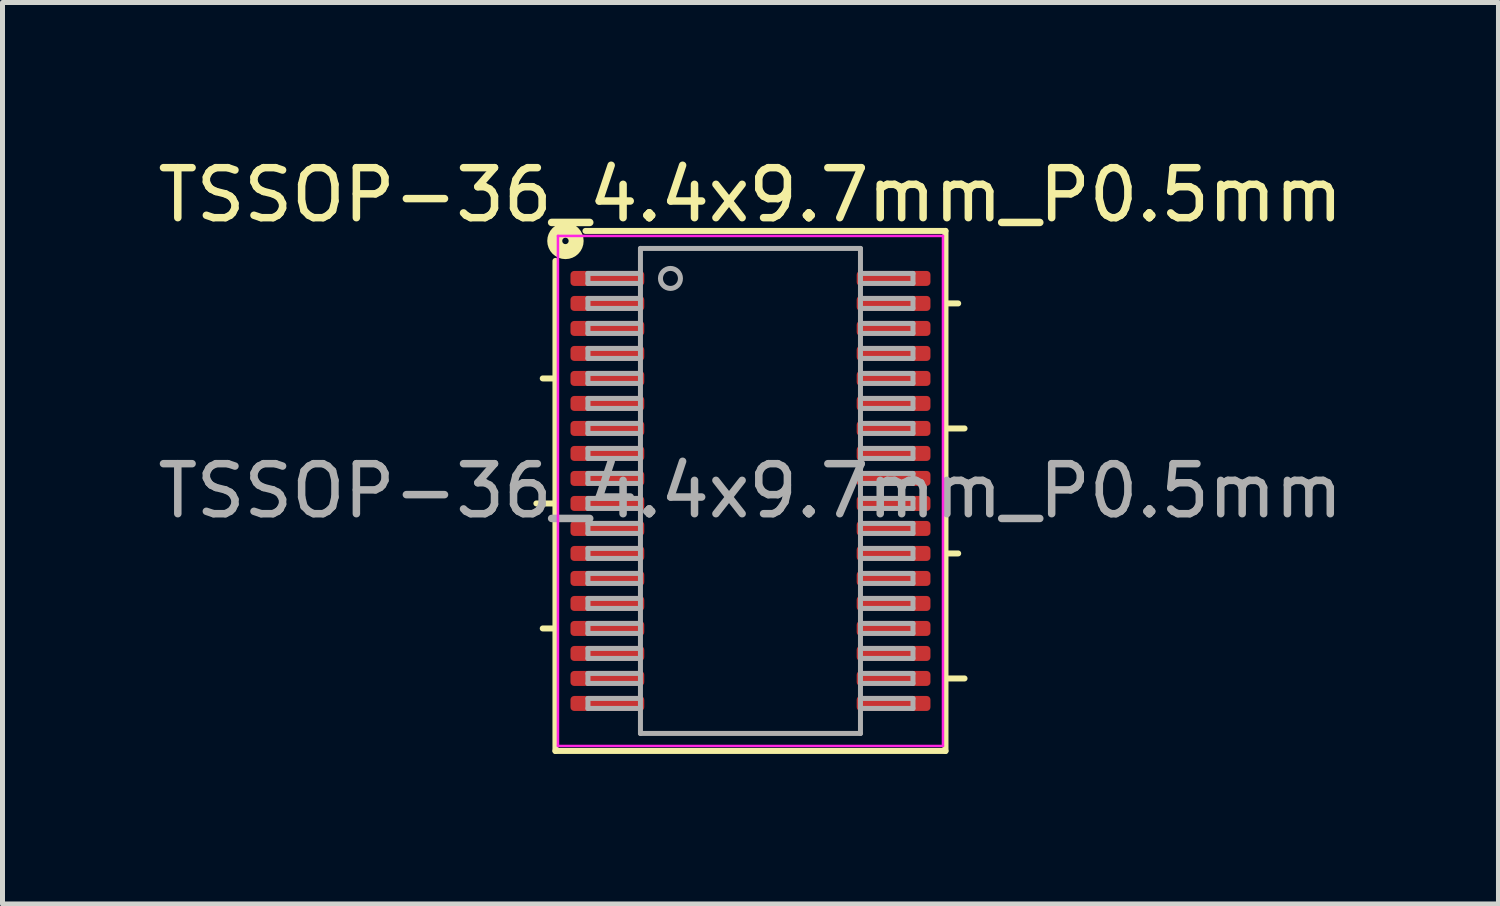
<source format=kicad_pcb>
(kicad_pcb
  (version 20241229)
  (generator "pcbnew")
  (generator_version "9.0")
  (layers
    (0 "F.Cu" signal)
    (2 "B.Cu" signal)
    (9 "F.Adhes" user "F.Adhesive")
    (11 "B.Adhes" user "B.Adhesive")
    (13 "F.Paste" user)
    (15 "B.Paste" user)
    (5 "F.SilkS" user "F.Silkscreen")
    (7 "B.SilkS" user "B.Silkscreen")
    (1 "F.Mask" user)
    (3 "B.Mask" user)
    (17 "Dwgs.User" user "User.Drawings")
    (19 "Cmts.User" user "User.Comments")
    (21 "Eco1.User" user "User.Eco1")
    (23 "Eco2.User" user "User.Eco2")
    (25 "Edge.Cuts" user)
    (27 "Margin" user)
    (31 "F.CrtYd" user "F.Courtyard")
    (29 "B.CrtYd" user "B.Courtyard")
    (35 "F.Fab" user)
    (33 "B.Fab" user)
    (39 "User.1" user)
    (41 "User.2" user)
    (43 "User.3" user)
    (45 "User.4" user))
  (footprint "TSSOP-36_4.4x9.7mm_P0.5mm"
    (layer "F.Cu")
    (at 11.958 6.768)
    (property "Reference" "TSSOP-36_4.4x9.7mm_P0.5mm" (at 0 -5.92 0) (layer "F.SilkS") (effects (font (size 1 1) (thickness 0.15))))
    (attr smd)
    (fp_line (start -4.154 2.75) (end -3.9 2.75) (stroke (width 0.12) (type solid)) (layer "F.SilkS"))
    (fp_line (start -3.9 -4.6) (end -3.9 5.2) (stroke (width 0.12) (type solid)) (layer "F.SilkS"))
    (fp_line (start -3.9 -2.25) (end -4.154 -2.25) (stroke (width 0.12) (type solid)) (layer "F.SilkS"))
    (fp_line (start -3.9 0.25) (end -4.281 0.25) (stroke (width 0.12) (type solid)) (layer "F.SilkS"))
    (fp_line (start -3.9 5.2) (end 3.9 5.2) (stroke (width 0.12) (type solid)) (layer "F.SilkS"))
    (fp_line (start 3.9 -5.2) (end -3.3 -5.2) (stroke (width 0.12) (type solid)) (layer "F.SilkS"))
    (fp_line (start 3.9 5.2) (end 3.9 -5.2) (stroke (width 0.12) (type solid)) (layer "F.SilkS"))
    (fp_line (start 4.154 -3.75) (end 3.9 -3.75) (stroke (width 0.12) (type solid)) (layer "F.SilkS"))
    (fp_line (start 4.154 1.25) (end 3.9 1.25) (stroke (width 0.12) (type solid)) (layer "F.SilkS"))
    (fp_line (start 4.281 -1.25) (end 3.9 -1.25) (stroke (width 0.12) (type solid)) (layer "F.SilkS"))
    (fp_line (start 4.281 3.75) (end 3.9 3.75) (stroke (width 0.12) (type solid)) (layer "F.SilkS"))
    (fp_circle (center -3.7 -5) (end -3.636 -5) (stroke (width 0.3) (type solid)) (fill no) (layer "F.SilkS"))
    (fp_line (start -3.85 -5.1) (end -3.85 5.1) (stroke (width 0.05) (type solid)) (layer "F.CrtYd"))
    (fp_line (start -3.85 5.1) (end 3.85 5.1) (stroke (width 0.05) (type solid)) (layer "F.CrtYd"))
    (fp_line (start 3.85 -5.1) (end -3.85 -5.1) (stroke (width 0.05) (type solid)) (layer "F.CrtYd"))
    (fp_line (start 3.85 5.1) (end 3.85 -5.1) (stroke (width 0.05) (type solid)) (layer "F.CrtYd"))
    (fp_line (start -3.25 -4.35) (end -3.25 -4.15) (stroke (width 0.1) (type solid)) (layer "F.Fab"))
    (fp_line (start -3.25 -4.35) (end -2.2 -4.35) (stroke (width 0.1) (type solid)) (layer "F.Fab"))
    (fp_line (start -3.25 -4.15) (end -2.2 -4.15) (stroke (width 0.1) (type solid)) (layer "F.Fab"))
    (fp_line (start -3.25 -3.85) (end -3.25 -3.65) (stroke (width 0.1) (type solid)) (layer "F.Fab"))
    (fp_line (start -3.25 -3.85) (end -2.2 -3.85) (stroke (width 0.1) (type solid)) (layer "F.Fab"))
    (fp_line (start -3.25 -3.65) (end -2.2 -3.65) (stroke (width 0.1) (type solid)) (layer "F.Fab"))
    (fp_line (start -3.25 -3.35) (end -3.25 -3.15) (stroke (width 0.1) (type solid)) (layer "F.Fab"))
    (fp_line (start -3.25 -3.35) (end -2.2 -3.35) (stroke (width 0.1) (type solid)) (layer "F.Fab"))
    (fp_line (start -3.25 -3.15) (end -2.2 -3.15) (stroke (width 0.1) (type solid)) (layer "F.Fab"))
    (fp_line (start -3.25 -2.85) (end -3.25 -2.65) (stroke (width 0.1) (type solid)) (layer "F.Fab"))
    (fp_line (start -3.25 -2.85) (end -2.2 -2.85) (stroke (width 0.1) (type solid)) (layer "F.Fab"))
    (fp_line (start -3.25 -2.65) (end -2.2 -2.65) (stroke (width 0.1) (type solid)) (layer "F.Fab"))
    (fp_line (start -3.25 -2.35) (end -3.25 -2.15) (stroke (width 0.1) (type solid)) (layer "F.Fab"))
    (fp_line (start -3.25 -2.35) (end -2.2 -2.35) (stroke (width 0.1) (type solid)) (layer "F.Fab"))
    (fp_line (start -3.25 -2.15) (end -2.2 -2.15) (stroke (width 0.1) (type solid)) (layer "F.Fab"))
    (fp_line (start -3.25 -1.85) (end -3.25 -1.65) (stroke (width 0.1) (type solid)) (layer "F.Fab"))
    (fp_line (start -3.25 -1.85) (end -2.2 -1.85) (stroke (width 0.1) (type solid)) (layer "F.Fab"))
    (fp_line (start -3.25 -1.65) (end -2.2 -1.65) (stroke (width 0.1) (type solid)) (layer "F.Fab"))
    (fp_line (start -3.25 -1.35) (end -3.25 -1.15) (stroke (width 0.1) (type solid)) (layer "F.Fab"))
    (fp_line (start -3.25 -1.35) (end -2.2 -1.35) (stroke (width 0.1) (type solid)) (layer "F.Fab"))
    (fp_line (start -3.25 -1.15) (end -2.2 -1.15) (stroke (width 0.1) (type solid)) (layer "F.Fab"))
    (fp_line (start -3.25 -0.85) (end -3.25 -0.65) (stroke (width 0.1) (type solid)) (layer "F.Fab"))
    (fp_line (start -3.25 -0.85) (end -2.2 -0.85) (stroke (width 0.1) (type solid)) (layer "F.Fab"))
    (fp_line (start -3.25 -0.65) (end -2.2 -0.65) (stroke (width 0.1) (type solid)) (layer "F.Fab"))
    (fp_line (start -3.25 -0.35) (end -3.25 -0.15) (stroke (width 0.1) (type solid)) (layer "F.Fab"))
    (fp_line (start -3.25 -0.35) (end -2.2 -0.35) (stroke (width 0.1) (type solid)) (layer "F.Fab"))
    (fp_line (start -3.25 -0.15) (end -2.2 -0.15) (stroke (width 0.1) (type solid)) (layer "F.Fab"))
    (fp_line (start -3.25 0.15) (end -3.25 0.35) (stroke (width 0.1) (type solid)) (layer "F.Fab"))
    (fp_line (start -3.25 0.15) (end -2.2 0.15) (stroke (width 0.1) (type solid)) (layer "F.Fab"))
    (fp_line (start -3.25 0.35) (end -2.2 0.35) (stroke (width 0.1) (type solid)) (layer "F.Fab"))
    (fp_line (start -3.25 0.65) (end -3.25 0.85) (stroke (width 0.1) (type solid)) (layer "F.Fab"))
    (fp_line (start -3.25 0.65) (end -2.2 0.65) (stroke (width 0.1) (type solid)) (layer "F.Fab"))
    (fp_line (start -3.25 0.85) (end -2.2 0.85) (stroke (width 0.1) (type solid)) (layer "F.Fab"))
    (fp_line (start -3.25 1.15) (end -3.25 1.35) (stroke (width 0.1) (type solid)) (layer "F.Fab"))
    (fp_line (start -3.25 1.15) (end -2.2 1.15) (stroke (width 0.1) (type solid)) (layer "F.Fab"))
    (fp_line (start -3.25 1.35) (end -2.2 1.35) (stroke (width 0.1) (type solid)) (layer "F.Fab"))
    (fp_line (start -3.25 1.65) (end -3.25 1.85) (stroke (width 0.1) (type solid)) (layer "F.Fab"))
    (fp_line (start -3.25 1.65) (end -2.2 1.65) (stroke (width 0.1) (type solid)) (layer "F.Fab"))
    (fp_line (start -3.25 1.85) (end -2.2 1.85) (stroke (width 0.1) (type solid)) (layer "F.Fab"))
    (fp_line (start -3.25 2.15) (end -3.25 2.35) (stroke (width 0.1) (type solid)) (layer "F.Fab"))
    (fp_line (start -3.25 2.15) (end -2.2 2.15) (stroke (width 0.1) (type solid)) (layer "F.Fab"))
    (fp_line (start -3.25 2.35) (end -2.2 2.35) (stroke (width 0.1) (type solid)) (layer "F.Fab"))
    (fp_line (start -3.25 2.65) (end -3.25 2.85) (stroke (width 0.1) (type solid)) (layer "F.Fab"))
    (fp_line (start -3.25 2.65) (end -2.2 2.65) (stroke (width 0.1) (type solid)) (layer "F.Fab"))
    (fp_line (start -3.25 2.85) (end -2.2 2.85) (stroke (width 0.1) (type solid)) (layer "F.Fab"))
    (fp_line (start -3.25 3.15) (end -3.25 3.35) (stroke (width 0.1) (type solid)) (layer "F.Fab"))
    (fp_line (start -3.25 3.15) (end -2.2 3.15) (stroke (width 0.1) (type solid)) (layer "F.Fab"))
    (fp_line (start -3.25 3.35) (end -2.2 3.35) (stroke (width 0.1) (type solid)) (layer "F.Fab"))
    (fp_line (start -3.25 3.65) (end -3.25 3.85) (stroke (width 0.1) (type solid)) (layer "F.Fab"))
    (fp_line (start -3.25 3.65) (end -2.2 3.65) (stroke (width 0.1) (type solid)) (layer "F.Fab"))
    (fp_line (start -3.25 3.85) (end -2.2 3.85) (stroke (width 0.1) (type solid)) (layer "F.Fab"))
    (fp_line (start -3.25 4.15) (end -3.25 4.35) (stroke (width 0.1) (type solid)) (layer "F.Fab"))
    (fp_line (start -3.25 4.15) (end -2.2 4.15) (stroke (width 0.1) (type solid)) (layer "F.Fab"))
    (fp_line (start -3.25 4.35) (end -2.2 4.35) (stroke (width 0.1) (type solid)) (layer "F.Fab"))
    (fp_line (start -2.2 -4.85) (end 2.2 -4.85) (stroke (width 0.1) (type solid)) (layer "F.Fab"))
    (fp_line (start -2.2 4.85) (end -2.2 -4.85) (stroke (width 0.1) (type solid)) (layer "F.Fab"))
    (fp_line (start 2.2 -4.85) (end 2.2 4.85) (stroke (width 0.1) (type solid)) (layer "F.Fab"))
    (fp_line (start 2.2 4.85) (end -2.2 4.85) (stroke (width 0.1) (type solid)) (layer "F.Fab"))
    (fp_line (start 3.25 -4.35) (end 2.2 -4.35) (stroke (width 0.1) (type solid)) (layer "F.Fab"))
    (fp_line (start 3.25 -4.15) (end 2.2 -4.15) (stroke (width 0.1) (type solid)) (layer "F.Fab"))
    (fp_line (start 3.25 -4.15) (end 3.25 -4.35) (stroke (width 0.1) (type solid)) (layer "F.Fab"))
    (fp_line (start 3.25 -3.85) (end 2.2 -3.85) (stroke (width 0.1) (type solid)) (layer "F.Fab"))
    (fp_line (start 3.25 -3.65) (end 2.2 -3.65) (stroke (width 0.1) (type solid)) (layer "F.Fab"))
    (fp_line (start 3.25 -3.65) (end 3.25 -3.85) (stroke (width 0.1) (type solid)) (layer "F.Fab"))
    (fp_line (start 3.25 -3.35) (end 2.2 -3.35) (stroke (width 0.1) (type solid)) (layer "F.Fab"))
    (fp_line (start 3.25 -3.15) (end 2.2 -3.15) (stroke (width 0.1) (type solid)) (layer "F.Fab"))
    (fp_line (start 3.25 -3.15) (end 3.25 -3.35) (stroke (width 0.1) (type solid)) (layer "F.Fab"))
    (fp_line (start 3.25 -2.85) (end 2.2 -2.85) (stroke (width 0.1) (type solid)) (layer "F.Fab"))
    (fp_line (start 3.25 -2.65) (end 2.2 -2.65) (stroke (width 0.1) (type solid)) (layer "F.Fab"))
    (fp_line (start 3.25 -2.65) (end 3.25 -2.85) (stroke (width 0.1) (type solid)) (layer "F.Fab"))
    (fp_line (start 3.25 -2.35) (end 2.2 -2.35) (stroke (width 0.1) (type solid)) (layer "F.Fab"))
    (fp_line (start 3.25 -2.15) (end 2.2 -2.15) (stroke (width 0.1) (type solid)) (layer "F.Fab"))
    (fp_line (start 3.25 -2.15) (end 3.25 -2.35) (stroke (width 0.1) (type solid)) (layer "F.Fab"))
    (fp_line (start 3.25 -1.85) (end 2.2 -1.85) (stroke (width 0.1) (type solid)) (layer "F.Fab"))
    (fp_line (start 3.25 -1.65) (end 2.2 -1.65) (stroke (width 0.1) (type solid)) (layer "F.Fab"))
    (fp_line (start 3.25 -1.65) (end 3.25 -1.85) (stroke (width 0.1) (type solid)) (layer "F.Fab"))
    (fp_line (start 3.25 -1.35) (end 2.2 -1.35) (stroke (width 0.1) (type solid)) (layer "F.Fab"))
    (fp_line (start 3.25 -1.15) (end 2.2 -1.15) (stroke (width 0.1) (type solid)) (layer "F.Fab"))
    (fp_line (start 3.25 -1.15) (end 3.25 -1.35) (stroke (width 0.1) (type solid)) (layer "F.Fab"))
    (fp_line (start 3.25 -0.85) (end 2.2 -0.85) (stroke (width 0.1) (type solid)) (layer "F.Fab"))
    (fp_line (start 3.25 -0.65) (end 2.2 -0.65) (stroke (width 0.1) (type solid)) (layer "F.Fab"))
    (fp_line (start 3.25 -0.65) (end 3.25 -0.85) (stroke (width 0.1) (type solid)) (layer "F.Fab"))
    (fp_line (start 3.25 -0.35) (end 2.2 -0.35) (stroke (width 0.1) (type solid)) (layer "F.Fab"))
    (fp_line (start 3.25 -0.15) (end 2.2 -0.15) (stroke (width 0.1) (type solid)) (layer "F.Fab"))
    (fp_line (start 3.25 -0.15) (end 3.25 -0.35) (stroke (width 0.1) (type solid)) (layer "F.Fab"))
    (fp_line (start 3.25 0.15) (end 2.2 0.15) (stroke (width 0.1) (type solid)) (layer "F.Fab"))
    (fp_line (start 3.25 0.35) (end 2.2 0.35) (stroke (width 0.1) (type solid)) (layer "F.Fab"))
    (fp_line (start 3.25 0.35) (end 3.25 0.15) (stroke (width 0.1) (type solid)) (layer "F.Fab"))
    (fp_line (start 3.25 0.65) (end 2.2 0.65) (stroke (width 0.1) (type solid)) (layer "F.Fab"))
    (fp_line (start 3.25 0.85) (end 2.2 0.85) (stroke (width 0.1) (type solid)) (layer "F.Fab"))
    (fp_line (start 3.25 0.85) (end 3.25 0.65) (stroke (width 0.1) (type solid)) (layer "F.Fab"))
    (fp_line (start 3.25 1.15) (end 2.2 1.15) (stroke (width 0.1) (type solid)) (layer "F.Fab"))
    (fp_line (start 3.25 1.35) (end 2.2 1.35) (stroke (width 0.1) (type solid)) (layer "F.Fab"))
    (fp_line (start 3.25 1.35) (end 3.25 1.15) (stroke (width 0.1) (type solid)) (layer "F.Fab"))
    (fp_line (start 3.25 1.65) (end 2.2 1.65) (stroke (width 0.1) (type solid)) (layer "F.Fab"))
    (fp_line (start 3.25 1.85) (end 2.2 1.85) (stroke (width 0.1) (type solid)) (layer "F.Fab"))
    (fp_line (start 3.25 1.85) (end 3.25 1.65) (stroke (width 0.1) (type solid)) (layer "F.Fab"))
    (fp_line (start 3.25 2.15) (end 2.2 2.15) (stroke (width 0.1) (type solid)) (layer "F.Fab"))
    (fp_line (start 3.25 2.35) (end 2.2 2.35) (stroke (width 0.1) (type solid)) (layer "F.Fab"))
    (fp_line (start 3.25 2.35) (end 3.25 2.15) (stroke (width 0.1) (type solid)) (layer "F.Fab"))
    (fp_line (start 3.25 2.65) (end 2.2 2.65) (stroke (width 0.1) (type solid)) (layer "F.Fab"))
    (fp_line (start 3.25 2.85) (end 2.2 2.85) (stroke (width 0.1) (type solid)) (layer "F.Fab"))
    (fp_line (start 3.25 2.85) (end 3.25 2.65) (stroke (width 0.1) (type solid)) (layer "F.Fab"))
    (fp_line (start 3.25 3.15) (end 2.2 3.15) (stroke (width 0.1) (type solid)) (layer "F.Fab"))
    (fp_line (start 3.25 3.35) (end 2.2 3.35) (stroke (width 0.1) (type solid)) (layer "F.Fab"))
    (fp_line (start 3.25 3.35) (end 3.25 3.15) (stroke (width 0.1) (type solid)) (layer "F.Fab"))
    (fp_line (start 3.25 3.65) (end 2.2 3.65) (stroke (width 0.1) (type solid)) (layer "F.Fab"))
    (fp_line (start 3.25 3.85) (end 2.2 3.85) (stroke (width 0.1) (type solid)) (layer "F.Fab"))
    (fp_line (start 3.25 3.85) (end 3.25 3.65) (stroke (width 0.1) (type solid)) (layer "F.Fab"))
    (fp_line (start 3.25 4.15) (end 2.2 4.15) (stroke (width 0.1) (type solid)) (layer "F.Fab"))
    (fp_line (start 3.25 4.35) (end 2.2 4.35) (stroke (width 0.1) (type solid)) (layer "F.Fab"))
    (fp_line (start 3.25 4.35) (end 3.25 4.15) (stroke (width 0.1) (type solid)) (layer "F.Fab"))
    (fp_circle (center -1.6 -4.25) (end -1.4 -4.25) (stroke (width 0.1) (type solid)) (fill no) (layer "F.Fab"))
    (fp_text user "${REFERENCE}" (at 0 0 0) (layer "F.Fab") (effects (font (size 1 1) (thickness 0.15))))
    (pad "1" smd roundrect (at -2.862 -4.25) (size 1.475 0.3) (layers "F.Cu" "F.Mask" "F.Paste") (roundrect_rratio 0.25))
    (pad "2" smd roundrect (at -2.862 -3.75) (size 1.475 0.3) (layers "F.Cu" "F.Mask" "F.Paste") (roundrect_rratio 0.25))
    (pad "3" smd roundrect (at -2.862 -3.25) (size 1.475 0.3) (layers "F.Cu" "F.Mask" "F.Paste") (roundrect_rratio 0.25))
    (pad "4" smd roundrect (at -2.862 -2.75) (size 1.475 0.3) (layers "F.Cu" "F.Mask" "F.Paste") (roundrect_rratio 0.25))
    (pad "5" smd roundrect (at -2.862 -2.25) (size 1.475 0.3) (layers "F.Cu" "F.Mask" "F.Paste") (roundrect_rratio 0.25))
    (pad "6" smd roundrect (at -2.862 -1.75) (size 1.475 0.3) (layers "F.Cu" "F.Mask" "F.Paste") (roundrect_rratio 0.25))
    (pad "7" smd roundrect (at -2.862 -1.25) (size 1.475 0.3) (layers "F.Cu" "F.Mask" "F.Paste") (roundrect_rratio 0.25))
    (pad "8" smd roundrect (at -2.862 -0.75) (size 1.475 0.3) (layers "F.Cu" "F.Mask" "F.Paste") (roundrect_rratio 0.25))
    (pad "9" smd roundrect (at -2.862 -0.25) (size 1.475 0.3) (layers "F.Cu" "F.Mask" "F.Paste") (roundrect_rratio 0.25))
    (pad "10" smd roundrect (at -2.862 0.25) (size 1.475 0.3) (layers "F.Cu" "F.Mask" "F.Paste") (roundrect_rratio 0.25))
    (pad "11" smd roundrect (at -2.862 0.75) (size 1.475 0.3) (layers "F.Cu" "F.Mask" "F.Paste") (roundrect_rratio 0.25))
    (pad "12" smd roundrect (at -2.862 1.25) (size 1.475 0.3) (layers "F.Cu" "F.Mask" "F.Paste") (roundrect_rratio 0.25))
    (pad "13" smd roundrect (at -2.862 1.75) (size 1.475 0.3) (layers "F.Cu" "F.Mask" "F.Paste") (roundrect_rratio 0.25))
    (pad "14" smd roundrect (at -2.862 2.25) (size 1.475 0.3) (layers "F.Cu" "F.Mask" "F.Paste") (roundrect_rratio 0.25))
    (pad "15" smd roundrect (at -2.862 2.75) (size 1.475 0.3) (layers "F.Cu" "F.Mask" "F.Paste") (roundrect_rratio 0.25))
    (pad "16" smd roundrect (at -2.862 3.25) (size 1.475 0.3) (layers "F.Cu" "F.Mask" "F.Paste") (roundrect_rratio 0.25))
    (pad "17" smd roundrect (at -2.862 3.75) (size 1.475 0.3) (layers "F.Cu" "F.Mask" "F.Paste") (roundrect_rratio 0.25))
    (pad "18" smd roundrect (at -2.862 4.25) (size 1.475 0.3) (layers "F.Cu" "F.Mask" "F.Paste") (roundrect_rratio 0.25))
    (pad "19" smd roundrect (at 2.862 4.25) (size 1.475 0.3) (layers "F.Cu" "F.Mask" "F.Paste") (roundrect_rratio 0.25))
    (pad "20" smd roundrect (at 2.862 3.75) (size 1.475 0.3) (layers "F.Cu" "F.Mask" "F.Paste") (roundrect_rratio 0.25))
    (pad "21" smd roundrect (at 2.862 3.25) (size 1.475 0.3) (layers "F.Cu" "F.Mask" "F.Paste") (roundrect_rratio 0.25))
    (pad "22" smd roundrect (at 2.862 2.75) (size 1.475 0.3) (layers "F.Cu" "F.Mask" "F.Paste") (roundrect_rratio 0.25))
    (pad "23" smd roundrect (at 2.862 2.25) (size 1.475 0.3) (layers "F.Cu" "F.Mask" "F.Paste") (roundrect_rratio 0.25))
    (pad "24" smd roundrect (at 2.862 1.75) (size 1.475 0.3) (layers "F.Cu" "F.Mask" "F.Paste") (roundrect_rratio 0.25))
    (pad "25" smd roundrect (at 2.862 1.25) (size 1.475 0.3) (layers "F.Cu" "F.Mask" "F.Paste") (roundrect_rratio 0.25))
    (pad "26" smd roundrect (at 2.862 0.75) (size 1.475 0.3) (layers "F.Cu" "F.Mask" "F.Paste") (roundrect_rratio 0.25))
    (pad "27" smd roundrect (at 2.862 0.25) (size 1.475 0.3) (layers "F.Cu" "F.Mask" "F.Paste") (roundrect_rratio 0.25))
    (pad "28" smd roundrect (at 2.862 -0.25) (size 1.475 0.3) (layers "F.Cu" "F.Mask" "F.Paste") (roundrect_rratio 0.25))
    (pad "29" smd roundrect (at 2.862 -0.75) (size 1.475 0.3) (layers "F.Cu" "F.Mask" "F.Paste") (roundrect_rratio 0.25))
    (pad "30" smd roundrect (at 2.862 -1.25) (size 1.475 0.3) (layers "F.Cu" "F.Mask" "F.Paste") (roundrect_rratio 0.25))
    (pad "31" smd roundrect (at 2.862 -1.75) (size 1.475 0.3) (layers "F.Cu" "F.Mask" "F.Paste") (roundrect_rratio 0.25))
    (pad "32" smd roundrect (at 2.862 -2.25) (size 1.475 0.3) (layers "F.Cu" "F.Mask" "F.Paste") (roundrect_rratio 0.25))
    (pad "33" smd roundrect (at 2.862 -2.75) (size 1.475 0.3) (layers "F.Cu" "F.Mask" "F.Paste") (roundrect_rratio 0.25))
    (pad "34" smd roundrect (at 2.862 -3.25) (size 1.475 0.3) (layers "F.Cu" "F.Mask" "F.Paste") (roundrect_rratio 0.25))
    (pad "35" smd roundrect (at 2.862 -3.75) (size 1.475 0.3) (layers "F.Cu" "F.Mask" "F.Paste") (roundrect_rratio 0.25))
    (pad "36" smd roundrect (at 2.862 -4.25) (size 1.475 0.3) (layers "F.Cu" "F.Mask" "F.Paste") (roundrect_rratio 0.25)))
  (gr_rect
    (start -3 -3)
    (end 26.917 15.028)
    (stroke (width 0.1) (type default))
    (fill no)
    (layer "Edge.Cuts")))
</source>
